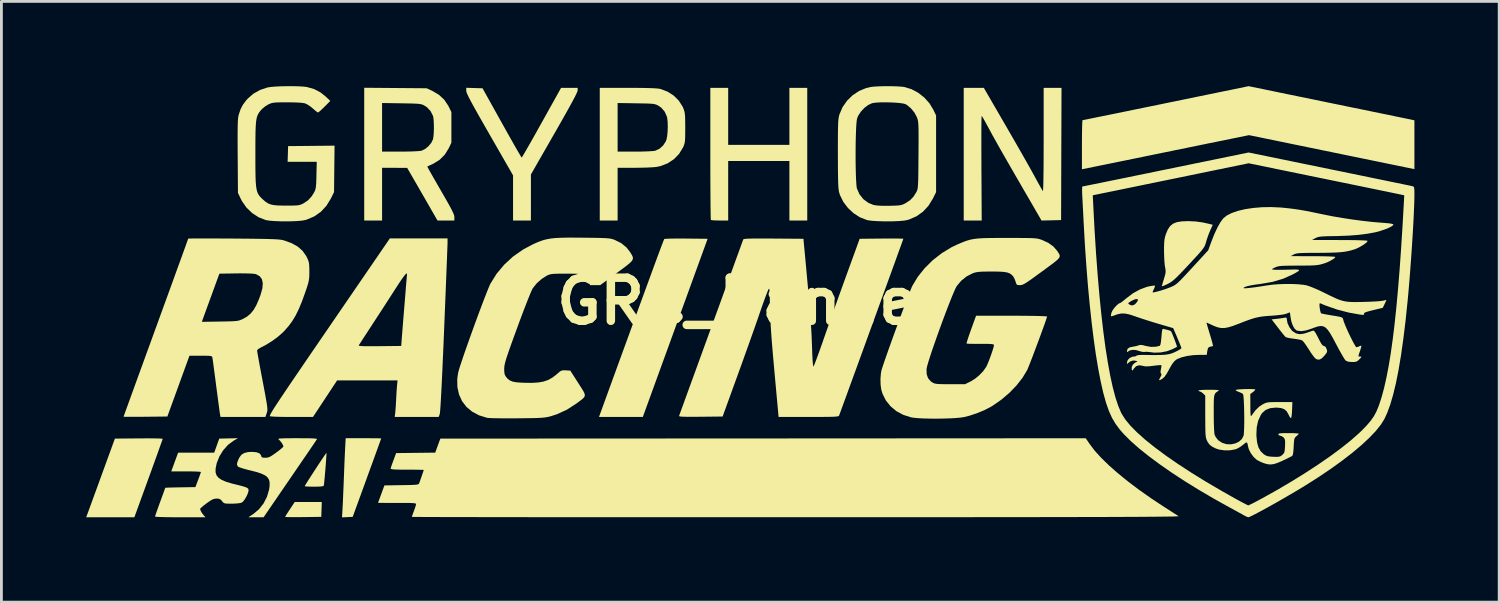
<source format=kicad_pcb>
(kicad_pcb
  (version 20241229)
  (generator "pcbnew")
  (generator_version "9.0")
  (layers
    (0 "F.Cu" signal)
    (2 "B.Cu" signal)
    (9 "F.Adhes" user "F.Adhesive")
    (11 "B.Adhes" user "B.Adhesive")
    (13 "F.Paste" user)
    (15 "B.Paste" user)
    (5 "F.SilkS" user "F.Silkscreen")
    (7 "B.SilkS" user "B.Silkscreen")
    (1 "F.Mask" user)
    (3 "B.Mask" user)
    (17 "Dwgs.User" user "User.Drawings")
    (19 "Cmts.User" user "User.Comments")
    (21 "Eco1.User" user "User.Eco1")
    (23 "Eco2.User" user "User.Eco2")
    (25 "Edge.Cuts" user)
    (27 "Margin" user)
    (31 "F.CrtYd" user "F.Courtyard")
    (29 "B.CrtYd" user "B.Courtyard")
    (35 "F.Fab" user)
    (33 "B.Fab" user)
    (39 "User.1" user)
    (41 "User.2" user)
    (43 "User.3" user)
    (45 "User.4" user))
  (footprint "GRC_Banner"
    (layer "F.Cu")
    (at 23.503 7.613)
    (property "Reference" "GRC_Banner" (at 0 0 0) (layer "F.SilkS") (effects (font (size 1.524 1.524) (thickness 0.3))))
    (attr board_only exclude_from_pos_files exclude_from_bom)
    (fp_poly (pts (xy -15.174 7.366) (xy -15.183 7.629) (xy -15.822 7.637) (xy -16.011 7.639) (xy -16.178 7.639) (xy -16.314 7.638) (xy -16.41 7.635) (xy -16.458 7.631) (xy -16.462 7.629) (xy -16.446 7.599) (xy -16.404 7.53) (xy -16.342 7.434) (xy -16.292 7.358) (xy -16.122 7.102) (xy -15.165 7.102)) (stroke (width 0) (type solid)) (fill yes) (layer "F.SilkS"))
    (fp_poly (pts (xy -0.782 -5.537) (xy 1.384 -5.537) (xy 1.384 -7.554) (xy 2.016 -7.554) (xy 2.016 -2.859) (xy 1.384 -2.859) (xy 1.384 -4.966) (xy -0.782 -4.966) (xy -0.782 -2.859) (xy -1.078 -2.859) (xy -1.206 -2.861) (xy -1.311 -2.866) (xy -1.378 -2.874) (xy -1.394 -2.879) (xy -1.398 -2.912) (xy -1.401 -3) (xy -1.403 -3.139) (xy -1.406 -3.324) (xy -1.408 -3.551) (xy -1.41 -3.815) (xy -1.412 -4.111) (xy -1.413 -4.436) (xy -1.414 -4.783) (xy -1.414 -5.149) (xy -1.414 -5.226) (xy -1.414 -7.554) (xy -0.782 -7.554)) (stroke (width 0) (type solid)) (fill yes) (layer "F.SilkS"))
    (fp_poly (pts (xy -21.225 4.851) (xy -21.056 4.853) (xy -20.923 4.856) (xy -20.834 4.861) (xy -20.796 4.866) (xy -20.795 4.867) (xy -20.805 4.899) (xy -20.834 4.982) (xy -20.88 5.11) (xy -20.94 5.279) (xy -21.012 5.481) (xy -21.096 5.713) (xy -21.188 5.968) (xy -21.287 6.24) (xy -21.297 6.267) (xy -21.798 7.644) (xy -23.503 7.644) (xy -23.428 7.441) (xy -23.402 7.369) (xy -23.357 7.247) (xy -23.297 7.083) (xy -23.225 6.884) (xy -23.142 6.658) (xy -23.052 6.412) (xy -22.958 6.152) (xy -22.92 6.049) (xy -22.487 4.86) (xy -21.641 4.852) (xy -21.423 4.851)) (stroke (width 0) (type solid)) (fill yes) (layer "F.SilkS"))
    (fp_poly (pts (xy -2.265 -2.22) (xy -1.51 -2.212) (xy -2.656 0.94) (xy -3.803 4.093) (xy -5.354 4.093) (xy -5.253 3.815) (xy -4.989 3.089) (xy -4.745 2.418) (xy -4.52 1.801) (xy -4.313 1.235) (xy -4.125 0.719) (xy -3.955 0.252) (xy -3.801 -0.169) (xy -3.663 -0.545) (xy -3.541 -0.878) (xy -3.434 -1.17) (xy -3.342 -1.421) (xy -3.263 -1.634) (xy -3.197 -1.811) (xy -3.144 -1.952) (xy -3.103 -2.061) (xy -3.073 -2.137) (xy -3.054 -2.184) (xy -3.046 -2.203) (xy -3.045 -2.203) (xy -3.01 -2.21) (xy -2.922 -2.215) (xy -2.791 -2.219) (xy -2.625 -2.221) (xy -2.433 -2.221)) (stroke (width 0) (type solid)) (fill yes) (layer "F.SilkS"))
    (fp_poly (pts (xy -14.999 5.396) (xy -15.003 5.476) (xy -15.011 5.593) (xy -15.021 5.737) (xy -15.033 5.895) (xy -15.047 6.056) (xy -15.06 6.21) (xy -15.073 6.345) (xy -15.083 6.449) (xy -15.091 6.512) (xy -15.094 6.523) (xy -15.12 6.541) (xy -15.189 6.553) (xy -15.308 6.559) (xy -15.438 6.561) (xy -15.571 6.559) (xy -15.679 6.555) (xy -15.749 6.549) (xy -15.77 6.543) (xy -15.754 6.514) (xy -15.711 6.443) (xy -15.647 6.34) (xy -15.566 6.214) (xy -15.474 6.072) (xy -15.378 5.924) (xy -15.281 5.777) (xy -15.191 5.641) (xy -15.112 5.523) (xy -15.05 5.432) (xy -15.011 5.377) (xy -14.999 5.365)) (stroke (width 0) (type solid)) (fill yes) (layer "F.SilkS"))
    (fp_poly (pts (xy -13.503 4.846) (xy -13.338 4.847) (xy -13.204 4.848) (xy -13.11 4.85) (xy -13.065 4.852) (xy -13.062 4.853) (xy -13.072 4.882) (xy -13.101 4.962) (xy -13.146 5.087) (xy -13.206 5.253) (xy -13.279 5.454) (xy -13.362 5.684) (xy -13.455 5.937) (xy -13.554 6.21) (xy -13.566 6.245) (xy -14.071 7.629) (xy -14.26 7.638) (xy -14.449 7.647) (xy -14.432 7.367) (xy -14.426 7.258) (xy -14.418 7.101) (xy -14.41 6.907) (xy -14.401 6.691) (xy -14.391 6.462) (xy -14.385 6.305) (xy -14.376 6.071) (xy -14.367 5.836) (xy -14.358 5.614) (xy -14.349 5.417) (xy -14.341 5.258) (xy -14.338 5.184) (xy -14.319 4.845) (xy -13.69 4.845)) (stroke (width 0) (type solid)) (fill yes) (layer "F.SilkS"))
    (fp_poly (pts (xy -9.764 -7.547) (xy -9.476 -7.539) (xy -8.793 -6.313) (xy -8.654 -6.065) (xy -8.524 -5.833) (xy -8.406 -5.624) (xy -8.302 -5.441) (xy -8.215 -5.291) (xy -8.149 -5.179) (xy -8.107 -5.109) (xy -8.091 -5.087) (xy -8.073 -5.112) (xy -8.028 -5.185) (xy -7.961 -5.3) (xy -7.873 -5.453) (xy -7.767 -5.637) (xy -7.648 -5.848) (xy -7.517 -6.082) (xy -7.384 -6.32) (xy -6.696 -7.554) (xy -6.403 -7.554) (xy -6.109 -7.554) (xy -6.109 -7.463) (xy -6.121 -7.421) (xy -6.156 -7.341) (xy -6.216 -7.22) (xy -6.302 -7.058) (xy -6.414 -6.853) (xy -6.555 -6.601) (xy -6.724 -6.302) (xy -6.923 -5.953) (xy -6.937 -5.93) (xy -7.764 -4.487) (xy -7.764 -2.859) (xy -8.396 -2.859) (xy -8.396 -4.457) (xy -9.224 -5.899) (xy -9.41 -6.224) (xy -9.568 -6.501) (xy -9.7 -6.734) (xy -9.807 -6.927) (xy -9.891 -7.083) (xy -9.956 -7.207) (xy -10.002 -7.302) (xy -10.032 -7.372) (xy -10.048 -7.421) (xy -10.052 -7.448) (xy -10.052 -7.556)) (stroke (width 0) (type solid)) (fill yes) (layer "F.SilkS"))
    (fp_poly (pts (xy 14.612 0.974) (xy 14.667 0.99) (xy 14.749 1.008) (xy 14.758 1.01) (xy 14.837 1.032) (xy 14.888 1.06) (xy 14.892 1.064) (xy 14.913 1.104) (xy 14.946 1.182) (xy 14.987 1.282) (xy 15.028 1.389) (xy 15.065 1.49) (xy 15.091 1.567) (xy 15.101 1.608) (xy 15.101 1.611) (xy 15.072 1.627) (xy 15.005 1.662) (xy 14.937 1.696) (xy 14.743 1.768) (xy 14.523 1.81) (xy 14.304 1.817) (xy 14.175 1.802) (xy 14.074 1.789) (xy 13.984 1.788) (xy 13.963 1.791) (xy 13.884 1.791) (xy 13.791 1.768) (xy 13.775 1.762) (xy 13.647 1.725) (xy 13.523 1.719) (xy 13.422 1.743) (xy 13.387 1.765) (xy 13.346 1.798) (xy 13.333 1.784) (xy 13.332 1.754) (xy 13.355 1.68) (xy 13.428 1.631) (xy 13.549 1.605) (xy 13.647 1.588) (xy 13.73 1.564) (xy 13.745 1.558) (xy 13.803 1.543) (xy 13.881 1.55) (xy 13.991 1.579) (xy 14.175 1.613) (xy 14.358 1.608) (xy 14.491 1.576) (xy 14.514 1.536) (xy 14.533 1.438) (xy 14.549 1.283) (xy 14.551 1.26) (xy 14.563 1.118) (xy 14.576 1.028) (xy 14.592 0.982) (xy 14.612 0.974)) (stroke (width 0) (type solid)) (fill yes) (layer "F.SilkS"))
    (fp_poly (pts (xy 15.5 -2.837) (xy 15.762 -2.825) (xy 16.016 -2.79) (xy 16.257 -2.736) (xy 16.367 -2.707) (xy 16.28 -2.515) (xy 16.224 -2.378) (xy 16.168 -2.222) (xy 16.133 -2.108) (xy 16.115 -2.043) (xy 16.095 -1.987) (xy 16.069 -1.933) (xy 16.031 -1.874) (xy 15.978 -1.804) (xy 15.902 -1.716) (xy 15.801 -1.602) (xy 15.667 -1.458) (xy 15.527 -1.307) (xy 15.357 -1.125) (xy 15.221 -0.983) (xy 15.112 -0.872) (xy 15.024 -0.789) (xy 14.951 -0.726) (xy 14.885 -0.679) (xy 14.82 -0.64) (xy 14.773 -0.615) (xy 14.676 -0.569) (xy 14.603 -0.539) (xy 14.567 -0.532) (xy 14.566 -0.534) (xy 14.574 -0.571) (xy 14.597 -0.651) (xy 14.629 -0.759) (xy 14.641 -0.798) (xy 14.678 -0.922) (xy 14.697 -1.012) (xy 14.699 -1.086) (xy 14.688 -1.167) (xy 14.68 -1.204) (xy 14.666 -1.298) (xy 14.655 -1.435) (xy 14.647 -1.596) (xy 14.643 -1.764) (xy 14.643 -1.776) (xy 14.644 -1.953) (xy 14.649 -2.086) (xy 14.66 -2.19) (xy 14.679 -2.281) (xy 14.707 -2.373) (xy 14.709 -2.379) (xy 14.777 -2.541) (xy 14.858 -2.662) (xy 14.961 -2.746) (xy 15.096 -2.8) (xy 15.27 -2.829) (xy 15.494 -2.837)) (stroke (width 0) (type solid)) (fill yes) (layer "F.SilkS"))
    (fp_poly (pts (xy 18.985 0.593) (xy 18.99 0.651) (xy 19.014 0.776) (xy 19.075 0.909) (xy 19.16 1.026) (xy 19.197 1.061) (xy 19.315 1.136) (xy 19.441 1.164) (xy 19.589 1.146) (xy 19.691 1.115) (xy 19.795 1.079) (xy 19.879 1.05) (xy 19.923 1.037) (xy 19.956 1.052) (xy 20.003 1.114) (xy 20.065 1.227) (xy 20.103 1.302) (xy 20.172 1.436) (xy 20.223 1.522) (xy 20.264 1.567) (xy 20.299 1.58) (xy 20.353 1.605) (xy 20.395 1.683) (xy 20.396 1.685) (xy 20.414 1.747) (xy 20.411 1.794) (xy 20.381 1.847) (xy 20.317 1.926) (xy 20.227 2.018) (xy 20.15 2.062) (xy 20.074 2.061) (xy 20.021 2.04) (xy 19.978 2.002) (xy 19.915 1.924) (xy 19.839 1.817) (xy 19.771 1.711) (xy 19.693 1.59) (xy 19.621 1.487) (xy 19.563 1.414) (xy 19.53 1.383) (xy 19.472 1.365) (xy 19.374 1.345) (xy 19.254 1.327) (xy 19.227 1.324) (xy 19.108 1.307) (xy 19.009 1.286) (xy 18.949 1.267) (xy 18.942 1.262) (xy 18.909 1.226) (xy 18.848 1.152) (xy 18.768 1.052) (xy 18.678 0.936) (xy 18.676 0.934) (xy 18.451 0.64) (xy 18.623 0.622) (xy 18.738 0.608) (xy 18.845 0.592) (xy 18.892 0.584) (xy 18.959 0.575)) (stroke (width 0) (type solid)) (fill yes) (layer "F.SilkS"))
    (fp_poly (pts (xy 9.02 -6.252) (xy 9.18 -5.975) (xy 9.341 -5.696) (xy 9.497 -5.424) (xy 9.645 -5.165) (xy 9.78 -4.927) (xy 9.897 -4.719) (xy 9.992 -4.549) (xy 10.052 -4.439) (xy 10.14 -4.278) (xy 10.219 -4.136) (xy 10.284 -4.019) (xy 10.331 -3.937) (xy 10.355 -3.9) (xy 10.356 -3.899) (xy 10.361 -3.923) (xy 10.366 -4.002) (xy 10.37 -4.134) (xy 10.374 -4.314) (xy 10.377 -4.537) (xy 10.38 -4.799) (xy 10.381 -5.097) (xy 10.382 -5.427) (xy 10.383 -5.712) (xy 10.383 -7.554) (xy 11.015 -7.554) (xy 11.007 -5.214) (xy 11 -2.874) (xy 10.307 -2.858) (xy 9.858 -3.634) (xy 9.614 -4.054) (xy 9.399 -4.426) (xy 9.21 -4.754) (xy 9.044 -5.042) (xy 8.9 -5.294) (xy 8.776 -5.513) (xy 8.669 -5.704) (xy 8.576 -5.87) (xy 8.497 -6.015) (xy 8.428 -6.144) (xy 8.423 -6.153) (xy 8.347 -6.293) (xy 8.281 -6.413) (xy 8.229 -6.503) (xy 8.196 -6.553) (xy 8.189 -6.561) (xy 8.186 -6.531) (xy 8.183 -6.447) (xy 8.181 -6.313) (xy 8.179 -6.134) (xy 8.178 -5.915) (xy 8.178 -5.662) (xy 8.178 -5.38) (xy 8.179 -5.073) (xy 8.18 -4.747) (xy 8.18 -4.71) (xy 8.19 -2.859) (xy 7.554 -2.859) (xy 7.554 -7.554) (xy 8.265 -7.554)) (stroke (width 0) (type solid)) (fill yes) (layer "F.SilkS"))
    (fp_poly (pts (xy 18.577 -7.42) (xy 18.784 -7.377) (xy 19.04 -7.324) (xy 19.338 -7.263) (xy 19.668 -7.195) (xy 20.021 -7.123) (xy 20.387 -7.047) (xy 20.759 -6.971) (xy 21.127 -6.895) (xy 21.367 -6.846) (xy 21.697 -6.779) (xy 22.012 -6.714) (xy 22.307 -6.653) (xy 22.577 -6.598) (xy 22.817 -6.548) (xy 23.02 -6.506) (xy 23.182 -6.473) (xy 23.296 -6.449) (xy 23.357 -6.437) (xy 23.361 -6.436) (xy 23.504 -6.405) (xy 23.504 -4.677) (xy 17.651 -5.88) (xy 16.507 -5.647) (xy 16.19 -5.583) (xy 15.831 -5.509) (xy 15.45 -5.431) (xy 15.062 -5.352) (xy 14.687 -5.275) (xy 14.342 -5.205) (xy 14.19 -5.173) (xy 13.899 -5.114) (xy 13.599 -5.052) (xy 13.3 -4.991) (xy 13.015 -4.933) (xy 12.755 -4.88) (xy 12.532 -4.834) (xy 12.376 -4.803) (xy 11.737 -4.673) (xy 11.737 -5.542) (xy 11.738 -5.763) (xy 11.74 -5.964) (xy 11.743 -6.137) (xy 11.747 -6.273) (xy 11.752 -6.366) (xy 11.758 -6.408) (xy 11.76 -6.41) (xy 11.792 -6.416) (xy 11.879 -6.433) (xy 12.016 -6.461) (xy 12.201 -6.499) (xy 12.429 -6.545) (xy 12.696 -6.599) (xy 12.998 -6.661) (xy 13.33 -6.729) (xy 13.69 -6.803) (xy 14.073 -6.881) (xy 14.474 -6.963) (xy 14.71 -7.012) (xy 17.637 -7.613)) (stroke (width 0) (type solid)) (fill yes) (layer "F.SilkS"))
    (fp_poly (pts (xy -15.798 4.847) (xy -15.619 4.848) (xy -15.489 4.852) (xy -15.402 4.858) (xy -15.353 4.866) (xy -15.336 4.877) (xy -15.337 4.883) (xy -15.358 4.914) (xy -15.409 4.99) (xy -15.488 5.107) (xy -15.592 5.259) (xy -15.717 5.443) (xy -15.861 5.652) (xy -16.019 5.884) (xy -16.189 6.132) (xy -16.292 6.282) (xy -17.225 7.644) (xy -17.763 7.644) (xy -17.58 7.522) (xy -17.386 7.358) (xy -17.225 7.152) (xy -17.103 6.915) (xy -17.029 6.661) (xy -17.012 6.541) (xy -17.01 6.417) (xy -17.032 6.315) (xy -17.085 6.231) (xy -17.173 6.16) (xy -17.303 6.098) (xy -17.48 6.04) (xy -17.712 5.981) (xy -17.734 5.976) (xy -17.876 5.94) (xy -17.999 5.903) (xy -18.09 5.871) (xy -18.134 5.847) (xy -18.165 5.787) (xy -18.156 5.702) (xy -18.109 5.583) (xy -18.077 5.522) (xy -18.005 5.428) (xy -17.907 5.368) (xy -17.771 5.336) (xy -17.636 5.329) (xy -17.481 5.341) (xy -17.374 5.38) (xy -17.317 5.444) (xy -17.31 5.47) (xy -17.296 5.512) (xy -17.257 5.532) (xy -17.178 5.537) (xy -17.165 5.537) (xy -17.096 5.533) (xy -17.032 5.516) (xy -16.959 5.479) (xy -16.862 5.415) (xy -16.775 5.353) (xy -16.67 5.274) (xy -16.587 5.205) (xy -16.534 5.154) (xy -16.522 5.135) (xy -16.542 5.079) (xy -16.589 5.003) (xy -16.649 4.929) (xy -16.69 4.891) (xy -16.703 4.877) (xy -16.695 4.866) (xy -16.661 4.859) (xy -16.595 4.853) (xy -16.49 4.849) (xy -16.34 4.847) (xy -16.139 4.846) (xy -16.031 4.846)) (stroke (width 0) (type solid)) (fill yes) (layer "F.SilkS"))
    (fp_poly (pts (xy -4.326 -7.553) (xy -4.024 -7.553) (xy -3.776 -7.55) (xy -3.577 -7.546) (xy -3.422 -7.54) (xy -3.304 -7.532) (xy -3.219 -7.522) (xy -3.17 -7.512) (xy -2.927 -7.419) (xy -2.711 -7.281) (xy -2.533 -7.104) (xy -2.399 -6.897) (xy -2.369 -6.832) (xy -2.345 -6.765) (xy -2.327 -6.7) (xy -2.315 -6.624) (xy -2.307 -6.526) (xy -2.304 -6.395) (xy -2.302 -6.219) (xy -2.302 -6.139) (xy -2.303 -5.948) (xy -2.305 -5.806) (xy -2.31 -5.701) (xy -2.319 -5.623) (xy -2.334 -5.561) (xy -2.355 -5.502) (xy -2.383 -5.441) (xy -2.52 -5.217) (xy -2.701 -5.03) (xy -2.92 -4.885) (xy -3.17 -4.788) (xy -3.311 -4.757) (xy -3.404 -4.747) (xy -3.543 -4.738) (xy -3.715 -4.731) (xy -3.908 -4.727) (xy -4.1 -4.725) (xy -4.695 -4.725) (xy -4.695 -2.859) (xy -5.327 -2.859) (xy -5.327 -7.017) (xy -4.695 -7.017) (xy -4.695 -5.297) (xy -4.085 -5.297) (xy -3.891 -5.298) (xy -3.71 -5.303) (xy -3.554 -5.31) (xy -3.436 -5.318) (xy -3.365 -5.328) (xy -3.361 -5.329) (xy -3.214 -5.398) (xy -3.086 -5.512) (xy -2.992 -5.655) (xy -2.965 -5.727) (xy -2.941 -5.846) (xy -2.926 -6.002) (xy -2.92 -6.173) (xy -2.924 -6.338) (xy -2.938 -6.477) (xy -2.95 -6.534) (xy -3.029 -6.712) (xy -3.154 -6.855) (xy -3.251 -6.922) (xy -3.298 -6.947) (xy -3.343 -6.965) (xy -3.396 -6.979) (xy -3.466 -6.989) (xy -3.562 -6.996) (xy -3.693 -7.001) (xy -3.867 -7.004) (xy -4.04 -7.007) (xy -4.695 -7.017) (xy -5.327 -7.017) (xy -5.327 -7.554)) (stroke (width 0) (type solid)) (fill yes) (layer "F.SilkS"))
    (fp_poly (pts (xy -12.557 -7.548) (xy -11.451 -7.539) (xy -11.25 -7.444) (xy -11.016 -7.305) (xy -10.83 -7.132) (xy -10.689 -6.922) (xy -10.676 -6.896) (xy -10.578 -6.697) (xy -10.578 -5.613) (xy -10.671 -5.417) (xy -10.81 -5.192) (xy -10.991 -5.01) (xy -11.212 -4.872) (xy -11.225 -4.866) (xy -11.322 -4.821) (xy -11.395 -4.786) (xy -11.43 -4.769) (xy -11.43 -4.768) (xy -11.418 -4.742) (xy -11.379 -4.669) (xy -11.316 -4.557) (xy -11.234 -4.412) (xy -11.135 -4.24) (xy -11.024 -4.046) (xy -10.956 -3.929) (xy -10.818 -3.69) (xy -10.708 -3.497) (xy -10.623 -3.344) (xy -10.561 -3.225) (xy -10.517 -3.134) (xy -10.49 -3.066) (xy -10.476 -3.014) (xy -10.473 -2.978) (xy -10.473 -2.859) (xy -11.07 -2.859) (xy -11.606 -3.791) (xy -12.143 -4.722) (xy -13.031 -4.725) (xy -13.031 -2.859) (xy -13.663 -2.859) (xy -13.663 -7.017) (xy -13.031 -7.017) (xy -13.031 -5.297) (xy -12.392 -5.297) (xy -12.172 -5.299) (xy -11.977 -5.303) (xy -11.815 -5.311) (xy -11.696 -5.32) (xy -11.632 -5.33) (xy -11.51 -5.389) (xy -11.391 -5.486) (xy -11.292 -5.605) (xy -11.231 -5.727) (xy -11.229 -5.733) (xy -11.212 -5.832) (xy -11.201 -5.968) (xy -11.197 -6.124) (xy -11.199 -6.283) (xy -11.207 -6.425) (xy -11.221 -6.533) (xy -11.23 -6.564) (xy -11.316 -6.733) (xy -11.445 -6.87) (xy -11.536 -6.929) (xy -11.58 -6.951) (xy -11.626 -6.968) (xy -11.683 -6.98) (xy -11.76 -6.99) (xy -11.865 -6.996) (xy -12.007 -7.001) (xy -12.194 -7.004) (xy -12.346 -7.007) (xy -13.031 -7.017) (xy -13.663 -7.017) (xy -13.663 -7.557)) (stroke (width 0) (type solid)) (fill yes) (layer "F.SilkS"))
    (fp_poly (pts (xy -18.285 4.933) (xy -18.481 5.078) (xy -18.651 5.268) (xy -18.788 5.489) (xy -18.883 5.727) (xy -18.923 5.922) (xy -18.924 6.049) (xy -18.892 6.154) (xy -18.823 6.243) (xy -18.71 6.32) (xy -18.55 6.388) (xy -18.336 6.452) (xy -18.252 6.472) (xy -18.071 6.517) (xy -17.939 6.553) (xy -17.85 6.582) (xy -17.796 6.609) (xy -17.767 6.637) (xy -17.757 6.67) (xy -17.756 6.692) (xy -17.773 6.774) (xy -17.816 6.878) (xy -17.875 6.984) (xy -17.938 7.073) (xy -17.995 7.124) (xy -17.997 7.124) (xy -18.063 7.142) (xy -18.173 7.155) (xy -18.308 7.162) (xy -18.349 7.162) (xy -18.48 7.162) (xy -18.565 7.157) (xy -18.618 7.144) (xy -18.654 7.12) (xy -18.687 7.081) (xy -18.694 7.072) (xy -18.75 7.012) (xy -18.816 6.986) (xy -18.886 6.982) (xy -18.956 6.988) (xy -19.025 7.01) (xy -19.108 7.056) (xy -19.218 7.132) (xy -19.242 7.15) (xy -19.341 7.225) (xy -19.419 7.29) (xy -19.464 7.335) (xy -19.471 7.347) (xy -19.452 7.412) (xy -19.404 7.497) (xy -19.342 7.576) (xy -19.28 7.644) (xy -20.173 7.644) (xy -20.398 7.643) (xy -20.602 7.641) (xy -20.778 7.637) (xy -20.919 7.633) (xy -21.016 7.627) (xy -21.063 7.621) (xy -21.066 7.619) (xy -21.056 7.584) (xy -21.029 7.502) (xy -20.987 7.383) (xy -20.935 7.237) (xy -20.886 7.102) (xy -20.827 6.942) (xy -20.776 6.802) (xy -20.737 6.693) (xy -20.712 6.623) (xy -20.705 6.601) (xy -20.677 6.598) (xy -20.598 6.594) (xy -20.477 6.59) (xy -20.326 6.587) (xy -20.172 6.584) (xy -19.638 6.576) (xy -19.541 6.32) (xy -19.498 6.205) (xy -19.465 6.111) (xy -19.445 6.053) (xy -19.443 6.042) (xy -19.471 6.034) (xy -19.549 6.028) (xy -19.669 6.023) (xy -19.82 6.02) (xy -19.967 6.019) (xy -20.492 6.019) (xy -20.417 5.816) (xy -20.372 5.691) (xy -20.327 5.569) (xy -20.296 5.485) (xy -20.249 5.357) (xy -18.972 5.357) (xy -18.883 5.109) (xy -18.794 4.86) (xy -18.132 4.845)) (stroke (width 0) (type solid)) (fill yes) (layer "F.SilkS"))
    (fp_poly (pts (xy -10.714 -2.084) (xy -10.715 -2.034) (xy -10.719 -1.928) (xy -10.725 -1.771) (xy -10.732 -1.567) (xy -10.742 -1.32) (xy -10.753 -1.034) (xy -10.766 -0.715) (xy -10.78 -0.366) (xy -10.795 0.008) (xy -10.811 0.404) (xy -10.828 0.815) (xy -10.834 0.976) (xy -10.857 1.525) (xy -10.879 2.021) (xy -10.899 2.464) (xy -10.917 2.852) (xy -10.934 3.185) (xy -10.949 3.463) (xy -10.962 3.683) (xy -10.974 3.846) (xy -10.983 3.95) (xy -10.991 3.993) (xy -11.027 4.093) (xy -12.585 4.093) (xy -12.569 3.98) (xy -12.561 3.905) (xy -12.552 3.787) (xy -12.542 3.642) (xy -12.535 3.506) (xy -12.527 3.344) (xy -12.517 3.185) (xy -12.507 3.05) (xy -12.501 2.972) (xy -12.483 2.799) (xy -14.622 2.799) (xy -15.476 4.093) (xy -16.24 4.093) (xy -16.47 4.092) (xy -16.666 4.089) (xy -16.823 4.084) (xy -16.934 4.077) (xy -16.994 4.07) (xy -17.004 4.065) (xy -17.001 4.047) (xy -16.992 4.022) (xy -16.976 3.987) (xy -16.949 3.939) (xy -16.911 3.875) (xy -16.861 3.793) (xy -16.795 3.691) (xy -16.713 3.566) (xy -16.613 3.415) (xy -16.492 3.236) (xy -16.351 3.026) (xy -16.185 2.782) (xy -15.995 2.503) (xy -15.778 2.185) (xy -15.533 1.826) (xy -15.349 1.558) (xy -13.856 1.558) (xy -13.852 1.57) (xy -13.82 1.579) (xy -13.756 1.585) (xy -13.652 1.589) (xy -13.504 1.59) (xy -13.306 1.59) (xy -13.116 1.588) (xy -12.354 1.58) (xy -12.332 1.294) (xy -12.319 1.127) (xy -12.303 0.931) (xy -12.286 0.713) (xy -12.267 0.481) (xy -12.248 0.243) (xy -12.228 0.007) (xy -12.21 -0.22) (xy -12.193 -0.429) (xy -12.178 -0.612) (xy -12.165 -0.761) (xy -12.156 -0.869) (xy -12.15 -0.928) (xy -12.15 -0.936) (xy -12.15 -0.979) (xy -12.169 -0.984) (xy -12.208 -0.949) (xy -12.27 -0.872) (xy -12.357 -0.749) (xy -12.47 -0.579) (xy -12.576 -0.416) (xy -12.704 -0.216) (xy -12.854 0.016) (xy -13.016 0.267) (xy -13.179 0.517) (xy -13.332 0.752) (xy -13.391 0.843) (xy -13.509 1.024) (xy -13.617 1.19) (xy -13.711 1.333) (xy -13.784 1.447) (xy -13.834 1.524) (xy -13.856 1.558) (xy -15.349 1.558) (xy -15.257 1.423) (xy -14.949 0.974) (xy -14.852 0.832) (xy -12.755 -2.227) (xy -10.714 -2.227)) (stroke (width 0) (type solid)) (fill yes) (layer "F.SilkS"))
    (fp_poly (pts (xy 12.004 5.042) (xy 12.182 5.278) (xy 12.412 5.533) (xy 12.69 5.804) (xy 13.011 6.087) (xy 13.371 6.379) (xy 13.766 6.677) (xy 14.191 6.976) (xy 14.579 7.233) (xy 14.74 7.336) (xy 14.886 7.43) (xy 15.009 7.51) (xy 15.101 7.568) (xy 15.152 7.601) (xy 15.157 7.605) (xy 15.149 7.608) (xy 15.115 7.61) (xy 15.054 7.613) (xy 14.963 7.616) (xy 14.843 7.618) (xy 14.691 7.62) (xy 14.506 7.622) (xy 14.287 7.624) (xy 14.034 7.626) (xy 13.743 7.628) (xy 13.415 7.63) (xy 13.048 7.631) (xy 12.64 7.633) (xy 12.19 7.634) (xy 11.698 7.635) (xy 11.161 7.636) (xy 10.579 7.637) (xy 9.949 7.638) (xy 9.272 7.639) (xy 8.545 7.639) (xy 7.767 7.64) (xy 6.938 7.641) (xy 6.055 7.641) (xy 5.117 7.641) (xy 4.123 7.642) (xy 3.073 7.642) (xy 1.963 7.642) (xy 1.618 7.642) (xy 0.716 7.642) (xy -0.17 7.642) (xy -1.039 7.642) (xy -1.889 7.642) (xy -2.718 7.642) (xy -3.524 7.642) (xy -4.305 7.642) (xy -5.059 7.641) (xy -5.786 7.641) (xy -6.481 7.641) (xy -7.145 7.64) (xy -7.774 7.64) (xy -8.367 7.639) (xy -8.922 7.638) (xy -9.437 7.638) (xy -9.91 7.637) (xy -10.34 7.636) (xy -10.723 7.636) (xy -11.06 7.635) (xy -11.347 7.634) (xy -11.583 7.633) (xy -11.765 7.632) (xy -11.893 7.631) (xy -11.963 7.63) (xy -11.978 7.63) (xy -11.968 7.596) (xy -11.942 7.523) (xy -11.905 7.423) (xy -11.902 7.415) (xy -11.865 7.31) (xy -11.838 7.224) (xy -11.827 7.175) (xy -11.827 7.175) (xy -11.838 7.16) (xy -11.873 7.15) (xy -11.941 7.142) (xy -12.048 7.137) (xy -12.2 7.135) (xy -12.406 7.135) (xy -12.422 7.135) (xy -12.61 7.135) (xy -12.782 7.135) (xy -12.927 7.135) (xy -13.034 7.134) (xy -13.093 7.134) (xy -13.095 7.134) (xy -13.174 7.132) (xy -13.061 6.824) (xy -12.948 6.516) (xy -12.345 6.507) (xy -12.139 6.504) (xy -11.984 6.5) (xy -11.874 6.495) (xy -11.801 6.487) (xy -11.756 6.477) (xy -11.732 6.463) (xy -11.722 6.447) (xy -11.701 6.393) (xy -11.671 6.307) (xy -11.635 6.206) (xy -11.601 6.106) (xy -11.573 6.023) (xy -11.558 5.975) (xy -11.556 5.969) (xy -11.585 5.966) (xy -11.665 5.963) (xy -11.786 5.961) (xy -11.941 5.959) (xy -12.119 5.959) (xy -12.143 5.959) (xy -12.355 5.958) (xy -12.513 5.955) (xy -12.623 5.95) (xy -12.691 5.941) (xy -12.723 5.93) (xy -12.728 5.921) (xy -12.717 5.878) (xy -12.689 5.793) (xy -12.649 5.682) (xy -12.629 5.628) (xy -12.533 5.372) (xy -11.15 5.356) (xy -11.06 5.108) (xy -10.969 4.86) (xy 0.452 4.854) (xy 11.872 4.847)) (stroke (width 0) (type solid)) (fill yes) (layer "F.SilkS"))
    (fp_poly (pts (xy -16.181 -7.613) (xy -15.984 -7.608) (xy -15.816 -7.598) (xy -15.7 -7.585) (xy -15.438 -7.512) (xy -15.198 -7.384) (xy -15.031 -7.249) (xy -14.864 -7.091) (xy -15.068 -6.886) (xy -15.158 -6.798) (xy -15.234 -6.729) (xy -15.285 -6.688) (xy -15.298 -6.681) (xy -15.332 -6.7) (xy -15.396 -6.75) (xy -15.477 -6.82) (xy -15.483 -6.826) (xy -15.582 -6.905) (xy -15.685 -6.971) (xy -15.761 -7.006) (xy -15.843 -7.02) (xy -15.975 -7.032) (xy -16.149 -7.039) (xy -16.355 -7.042) (xy -16.39 -7.042) (xy -16.58 -7.041) (xy -16.72 -7.039) (xy -16.823 -7.033) (xy -16.9 -7.023) (xy -16.962 -7.007) (xy -17.021 -6.984) (xy -17.05 -6.971) (xy -17.163 -6.903) (xy -17.273 -6.812) (xy -17.314 -6.769) (xy -17.362 -6.711) (xy -17.402 -6.654) (xy -17.434 -6.593) (xy -17.46 -6.521) (xy -17.479 -6.432) (xy -17.494 -6.32) (xy -17.503 -6.179) (xy -17.51 -6.002) (xy -17.513 -5.784) (xy -17.515 -5.517) (xy -17.515 -5.202) (xy -17.515 -4.881) (xy -17.513 -4.615) (xy -17.509 -4.396) (xy -17.502 -4.218) (xy -17.49 -4.076) (xy -17.473 -3.964) (xy -17.45 -3.875) (xy -17.419 -3.802) (xy -17.38 -3.74) (xy -17.331 -3.683) (xy -17.271 -3.624) (xy -17.249 -3.604) (xy -17.161 -3.527) (xy -17.076 -3.47) (xy -16.984 -3.431) (xy -16.873 -3.406) (xy -16.731 -3.392) (xy -16.547 -3.387) (xy -16.417 -3.386) (xy -16.241 -3.387) (xy -16.113 -3.39) (xy -16.021 -3.396) (xy -15.952 -3.408) (xy -15.894 -3.427) (xy -15.834 -3.455) (xy -15.811 -3.467) (xy -15.65 -3.575) (xy -15.52 -3.718) (xy -15.43 -3.864) (xy -15.404 -3.918) (xy -15.386 -3.977) (xy -15.373 -4.052) (xy -15.364 -4.155) (xy -15.358 -4.297) (xy -15.354 -4.462) (xy -15.343 -4.936) (xy -16.374 -4.936) (xy -16.365 -5.214) (xy -16.357 -5.492) (xy -15.535 -5.5) (xy -14.713 -5.508) (xy -14.722 -4.686) (xy -14.731 -3.864) (xy -14.847 -3.63) (xy -15.003 -3.377) (xy -15.198 -3.168) (xy -15.428 -3.006) (xy -15.69 -2.894) (xy -15.756 -2.875) (xy -15.869 -2.855) (xy -16.028 -2.841) (xy -16.217 -2.832) (xy -16.423 -2.829) (xy -16.631 -2.831) (xy -16.826 -2.839) (xy -16.994 -2.851) (xy -17.122 -2.87) (xy -17.151 -2.877) (xy -17.401 -2.974) (xy -17.63 -3.123) (xy -17.83 -3.316) (xy -17.99 -3.545) (xy -18.035 -3.633) (xy -18.132 -3.837) (xy -18.141 -5.142) (xy -18.143 -5.464) (xy -18.144 -5.732) (xy -18.143 -5.951) (xy -18.142 -6.128) (xy -18.139 -6.268) (xy -18.134 -6.378) (xy -18.128 -6.463) (xy -18.12 -6.529) (xy -18.109 -6.583) (xy -18.1 -6.616) (xy -18.037 -6.801) (xy -17.958 -6.953) (xy -17.85 -7.099) (xy -17.789 -7.169) (xy -17.59 -7.344) (xy -17.353 -7.478) (xy -17.091 -7.566) (xy -17.072 -7.57) (xy -16.955 -7.587) (xy -16.792 -7.6) (xy -16.599 -7.609) (xy -16.39 -7.613)) (stroke (width 0) (type solid)) (fill yes) (layer "F.SilkS"))
    (fp_poly (pts (xy 5.118 -7.609) (xy 5.286 -7.601) (xy 5.415 -7.589) (xy 5.451 -7.584) (xy 5.703 -7.508) (xy 5.943 -7.38) (xy 6.16 -7.209) (xy 6.344 -7.003) (xy 6.483 -6.771) (xy 6.576 -6.576) (xy 6.576 -3.864) (xy 6.463 -3.636) (xy 6.306 -3.381) (xy 6.111 -3.171) (xy 5.882 -3.008) (xy 5.621 -2.895) (xy 5.551 -2.875) (xy 5.439 -2.855) (xy 5.28 -2.841) (xy 5.091 -2.832) (xy 4.884 -2.829) (xy 4.674 -2.831) (xy 4.475 -2.838) (xy 4.302 -2.85) (xy 4.168 -2.867) (xy 4.124 -2.877) (xy 3.881 -2.972) (xy 3.656 -3.117) (xy 3.457 -3.302) (xy 3.293 -3.518) (xy 3.176 -3.755) (xy 3.142 -3.863) (xy 3.131 -3.919) (xy 3.122 -4) (xy 3.114 -4.111) (xy 3.109 -4.258) (xy 3.105 -4.444) (xy 3.102 -4.676) (xy 3.101 -4.959) (xy 3.1 -5.159) (xy 3.727 -5.159) (xy 3.728 -4.91) (xy 3.732 -4.673) (xy 3.738 -4.456) (xy 3.746 -4.269) (xy 3.756 -4.12) (xy 3.768 -4.018) (xy 3.775 -3.989) (xy 3.867 -3.783) (xy 4.004 -3.612) (xy 4.18 -3.483) (xy 4.357 -3.411) (xy 4.473 -3.391) (xy 4.643 -3.38) (xy 4.868 -3.379) (xy 4.921 -3.38) (xy 5.09 -3.384) (xy 5.213 -3.39) (xy 5.302 -3.4) (xy 5.37 -3.415) (xy 5.431 -3.439) (xy 5.497 -3.473) (xy 5.502 -3.476) (xy 5.655 -3.577) (xy 5.774 -3.7) (xy 5.877 -3.864) (xy 5.894 -3.897) (xy 5.908 -3.931) (xy 5.919 -3.973) (xy 5.928 -4.029) (xy 5.934 -4.105) (xy 5.94 -4.207) (xy 5.944 -4.341) (xy 5.947 -4.513) (xy 5.949 -4.73) (xy 5.951 -4.998) (xy 5.953 -5.164) (xy 5.955 -5.462) (xy 5.956 -5.707) (xy 5.956 -5.904) (xy 5.955 -6.06) (xy 5.952 -6.181) (xy 5.947 -6.274) (xy 5.941 -6.345) (xy 5.931 -6.401) (xy 5.92 -6.448) (xy 5.905 -6.492) (xy 5.899 -6.509) (xy 5.812 -6.674) (xy 5.688 -6.827) (xy 5.544 -6.947) (xy 5.501 -6.973) (xy 5.427 -6.996) (xy 5.307 -7.015) (xy 5.153 -7.029) (xy 4.978 -7.038) (xy 4.798 -7.042) (xy 4.623 -7.041) (xy 4.469 -7.033) (xy 4.348 -7.018) (xy 4.307 -7.009) (xy 4.172 -6.947) (xy 4.035 -6.842) (xy 3.912 -6.71) (xy 3.819 -6.566) (xy 3.78 -6.47) (xy 3.766 -6.391) (xy 3.754 -6.261) (xy 3.744 -6.089) (xy 3.737 -5.884) (xy 3.731 -5.655) (xy 3.728 -5.41) (xy 3.727 -5.159) (xy 3.1 -5.159) (xy 3.1 -5.226) (xy 3.1 -5.532) (xy 3.101 -5.784) (xy 3.102 -5.988) (xy 3.105 -6.151) (xy 3.109 -6.28) (xy 3.115 -6.38) (xy 3.122 -6.458) (xy 3.132 -6.52) (xy 3.144 -6.574) (xy 3.157 -6.618) (xy 3.266 -6.871) (xy 3.423 -7.097) (xy 3.62 -7.29) (xy 3.849 -7.443) (xy 4.101 -7.547) (xy 4.262 -7.585) (xy 4.382 -7.598) (xy 4.544 -7.607) (xy 4.731 -7.612) (xy 4.928 -7.613)) (stroke (width 0) (type solid)) (fill yes) (layer "F.SilkS"))
    (fp_poly (pts (xy -5.951 -2.251) (xy -5.682 -2.248) (xy -5.465 -2.245) (xy -5.294 -2.241) (xy -5.161 -2.237) (xy -5.059 -2.23) (xy -4.98 -2.222) (xy -4.918 -2.211) (xy -4.866 -2.196) (xy -4.814 -2.179) (xy -4.806 -2.176) (xy -4.571 -2.06) (xy -4.382 -1.907) (xy -4.256 -1.745) (xy -4.205 -1.663) (xy -4.169 -1.596) (xy -4.153 -1.539) (xy -4.159 -1.485) (xy -4.192 -1.427) (xy -4.256 -1.361) (xy -4.355 -1.278) (xy -4.493 -1.173) (xy -4.674 -1.04) (xy -4.724 -1.003) (xy -5.311 -0.572) (xy -5.673 -0.572) (xy -5.718 -0.713) (xy -5.749 -0.798) (xy -5.784 -0.863) (xy -5.832 -0.91) (xy -5.901 -0.942) (xy -5.999 -0.962) (xy -6.134 -0.973) (xy -6.315 -0.977) (xy -6.495 -0.978) (xy -6.695 -0.978) (xy -6.844 -0.976) (xy -6.954 -0.971) (xy -7.035 -0.963) (xy -7.096 -0.95) (xy -7.149 -0.932) (xy -7.198 -0.909) (xy -7.384 -0.791) (xy -7.559 -0.635) (xy -7.698 -0.461) (xy -7.7 -0.459) (xy -7.729 -0.4) (xy -7.777 -0.292) (xy -7.839 -0.14) (xy -7.914 0.049) (xy -7.999 0.267) (xy -8.091 0.51) (xy -8.188 0.769) (xy -8.248 0.934) (xy -8.359 1.237) (xy -8.451 1.491) (xy -8.525 1.699) (xy -8.583 1.868) (xy -8.628 2.003) (xy -8.661 2.111) (xy -8.683 2.197) (xy -8.698 2.266) (xy -8.705 2.324) (xy -8.708 2.378) (xy -8.709 2.383) (xy -8.706 2.505) (xy -8.692 2.589) (xy -8.66 2.653) (xy -8.649 2.668) (xy -8.583 2.746) (xy -8.51 2.801) (xy -8.418 2.84) (xy -8.297 2.864) (xy -8.135 2.878) (xy -7.993 2.884) (xy -7.724 2.887) (xy -7.503 2.873) (xy -7.318 2.841) (xy -7.158 2.786) (xy -7.01 2.705) (xy -6.865 2.595) (xy -6.806 2.544) (xy -6.729 2.479) (xy -6.666 2.449) (xy -6.589 2.441) (xy -6.527 2.444) (xy -6.37 2.453) (xy -6.091 2.889) (xy -5.986 3.052) (xy -5.911 3.172) (xy -5.867 3.261) (xy -5.854 3.33) (xy -5.874 3.387) (xy -5.927 3.446) (xy -6.014 3.515) (xy -6.137 3.606) (xy -6.148 3.614) (xy -6.485 3.833) (xy -6.842 3.997) (xy -7.061 4.068) (xy -7.133 4.086) (xy -7.204 4.101) (xy -7.282 4.112) (xy -7.375 4.121) (xy -7.492 4.128) (xy -7.64 4.133) (xy -7.827 4.136) (xy -8.06 4.139) (xy -8.246 4.141) (xy -8.485 4.142) (xy -8.71 4.142) (xy -8.911 4.14) (xy -9.082 4.137) (xy -9.213 4.132) (xy -9.296 4.126) (xy -9.314 4.124) (xy -9.599 4.036) (xy -9.843 3.906) (xy -10.045 3.737) (xy -10.201 3.533) (xy -10.308 3.298) (xy -10.366 3.035) (xy -10.371 2.748) (xy -10.34 2.532) (xy -10.318 2.448) (xy -10.278 2.315) (xy -10.22 2.141) (xy -10.15 1.932) (xy -10.068 1.696) (xy -9.977 1.439) (xy -9.881 1.17) (xy -9.782 0.895) (xy -9.682 0.622) (xy -9.584 0.357) (xy -9.49 0.108) (xy -9.404 -0.117) (xy -9.328 -0.312) (xy -9.264 -0.47) (xy -9.216 -0.583) (xy -9.195 -0.626) (xy -8.976 -0.977) (xy -8.707 -1.298) (xy -8.394 -1.585) (xy -8.042 -1.831) (xy -7.723 -2.002) (xy -7.577 -2.069) (xy -7.446 -2.123) (xy -7.32 -2.166) (xy -7.192 -2.198) (xy -7.052 -2.222) (xy -6.894 -2.239) (xy -6.707 -2.248) (xy -6.484 -2.253) (xy -6.217 -2.253)) (stroke (width 0) (type solid)) (fill yes) (layer "F.SilkS"))
    (fp_poly (pts (xy 0.604 -2.221) (xy 0.823 -2.22) (xy 1.881 -2.212) (xy 1.977 -1.189) (xy 2.017 -0.747) (xy 2.053 -0.359) (xy 2.082 -0.017) (xy 2.108 0.286) (xy 2.128 0.556) (xy 2.146 0.8) (xy 2.159 1.025) (xy 2.171 1.239) (xy 2.179 1.447) (xy 2.187 1.656) (xy 2.187 1.664) (xy 2.194 1.873) (xy 2.203 2.049) (xy 2.213 2.184) (xy 2.223 2.273) (xy 2.233 2.309) (xy 2.235 2.31) (xy 2.251 2.28) (xy 2.284 2.2) (xy 2.332 2.076) (xy 2.391 1.916) (xy 2.46 1.725) (xy 2.536 1.511) (xy 2.591 1.353) (xy 2.676 1.111) (xy 2.776 0.826) (xy 2.889 0.508) (xy 3.008 0.171) (xy 3.131 -0.172) (xy 3.253 -0.509) (xy 3.368 -0.829) (xy 3.395 -0.903) (xy 3.871 -2.212) (xy 4.644 -2.22) (xy 4.853 -2.222) (xy 5.04 -2.222) (xy 5.198 -2.221) (xy 5.319 -2.219) (xy 5.394 -2.216) (xy 5.417 -2.213) (xy 5.407 -2.184) (xy 5.378 -2.102) (xy 5.332 -1.973) (xy 5.269 -1.801) (xy 5.193 -1.59) (xy 5.104 -1.344) (xy 5.004 -1.068) (xy 4.894 -0.767) (xy 4.777 -0.444) (xy 4.654 -0.104) (xy 4.526 0.248) (xy 4.395 0.609) (xy 4.262 0.973) (xy 4.13 1.337) (xy 4 1.695) (xy 3.873 2.044) (xy 3.751 2.379) (xy 3.635 2.696) (xy 3.528 2.99) (xy 3.431 3.257) (xy 3.345 3.492) (xy 3.272 3.691) (xy 3.214 3.851) (xy 3.172 3.965) (xy 3.148 4.03) (xy 3.144 4.04) (xy 3.135 4.054) (xy 3.116 4.065) (xy 3.081 4.074) (xy 3.024 4.081) (xy 2.94 4.086) (xy 2.822 4.089) (xy 2.664 4.091) (xy 2.461 4.092) (xy 2.206 4.093) (xy 2.063 4.093) (xy 1.002 4.093) (xy 0.968 3.724) (xy 0.927 3.277) (xy 0.891 2.885) (xy 0.86 2.544) (xy 0.833 2.247) (xy 0.81 1.99) (xy 0.791 1.769) (xy 0.775 1.577) (xy 0.761 1.411) (xy 0.75 1.265) (xy 0.741 1.135) (xy 0.733 1.015) (xy 0.725 0.9) (xy 0.723 0.862) (xy 0.712 0.65) (xy 0.703 0.424) (xy 0.696 0.205) (xy 0.693 0.013) (xy 0.692 -0.066) (xy 0.69 -0.241) (xy 0.684 -0.359) (xy 0.674 -0.426) (xy 0.659 -0.445) (xy 0.658 -0.445) (xy 0.64 -0.415) (xy 0.606 -0.335) (xy 0.558 -0.212) (xy 0.499 -0.054) (xy 0.432 0.133) (xy 0.36 0.34) (xy 0.342 0.392) (xy 0.272 0.596) (xy 0.185 0.845) (xy 0.084 1.131) (xy -0.026 1.442) (xy -0.143 1.768) (xy -0.261 2.099) (xy -0.379 2.425) (xy -0.46 2.648) (xy -0.979 4.078) (xy -1.757 4.086) (xy -2.001 4.088) (xy -2.191 4.088) (xy -2.332 4.086) (xy -2.429 4.082) (xy -2.489 4.075) (xy -2.517 4.065) (xy -2.52 4.056) (xy -2.508 4.023) (xy -2.477 3.937) (xy -2.428 3.802) (xy -2.362 3.622) (xy -2.282 3.4) (xy -2.187 3.139) (xy -2.08 2.844) (xy -1.961 2.519) (xy -1.833 2.166) (xy -1.696 1.79) (xy -1.552 1.394) (xy -1.402 0.982) (xy -1.384 0.933) (xy -1.234 0.519) (xy -1.089 0.122) (xy -0.952 -0.257) (xy -0.822 -0.613) (xy -0.703 -0.942) (xy -0.594 -1.24) (xy -0.498 -1.505) (xy -0.415 -1.732) (xy -0.348 -1.917) (xy -0.297 -2.058) (xy -0.263 -2.15) (xy -0.249 -2.189) (xy -0.248 -2.19) (xy -0.232 -2.2) (xy -0.189 -2.208) (xy -0.114 -2.215) (xy -0.002 -2.219) (xy 0.152 -2.221) (xy 0.352 -2.222)) (stroke (width 0) (type solid)) (fill yes) (layer "F.SilkS"))
    (fp_poly (pts (xy -19.008 -2.224) (xy -18.734 -2.222) (xy -18.438 -2.221) (xy -18.29 -2.22) (xy -17.931 -2.217) (xy -17.626 -2.214) (xy -17.371 -2.21) (xy -17.161 -2.207) (xy -16.99 -2.202) (xy -16.853 -2.197) (xy -16.745 -2.191) (xy -16.66 -2.184) (xy -16.594 -2.175) (xy -16.541 -2.165) (xy -16.507 -2.156) (xy -16.236 -2.059) (xy -16.017 -1.937) (xy -15.844 -1.784) (xy -15.714 -1.598) (xy -15.684 -1.539) (xy -15.647 -1.454) (xy -15.623 -1.375) (xy -15.611 -1.286) (xy -15.606 -1.168) (xy -15.605 -1.053) (xy -15.606 -0.925) (xy -15.612 -0.822) (xy -15.626 -0.729) (xy -15.649 -0.628) (xy -15.687 -0.504) (xy -15.742 -0.343) (xy -15.751 -0.316) (xy -15.865 0.001) (xy -15.976 0.269) (xy -16.087 0.497) (xy -16.206 0.695) (xy -16.336 0.873) (xy -16.484 1.041) (xy -16.548 1.106) (xy -16.723 1.26) (xy -16.932 1.412) (xy -17.151 1.547) (xy -17.298 1.623) (xy -17.39 1.674) (xy -17.445 1.721) (xy -17.455 1.743) (xy -17.449 1.783) (xy -17.434 1.875) (xy -17.409 2.012) (xy -17.378 2.186) (xy -17.34 2.39) (xy -17.297 2.618) (xy -17.261 2.807) (xy -17.209 3.079) (xy -17.168 3.299) (xy -17.137 3.473) (xy -17.114 3.608) (xy -17.099 3.71) (xy -17.092 3.786) (xy -17.09 3.843) (xy -17.094 3.887) (xy -17.103 3.925) (xy -17.114 3.958) (xy -17.16 4.093) (xy -18.748 4.093) (xy -18.762 4.025) (xy -18.77 3.979) (xy -18.784 3.882) (xy -18.803 3.74) (xy -18.827 3.562) (xy -18.854 3.355) (xy -18.884 3.128) (xy -18.9 3.009) (xy -18.93 2.775) (xy -18.959 2.557) (xy -18.985 2.363) (xy -19.006 2.202) (xy -19.023 2.082) (xy -19.034 2.009) (xy -19.037 1.994) (xy -19.045 1.966) (xy -19.062 1.948) (xy -19.099 1.936) (xy -19.165 1.929) (xy -19.269 1.927) (xy -19.422 1.926) (xy -19.449 1.926) (xy -19.848 1.927) (xy -20.239 3.002) (xy -20.63 4.078) (xy -21.405 4.086) (xy -21.614 4.088) (xy -21.801 4.089) (xy -21.96 4.089) (xy -22.081 4.088) (xy -22.157 4.086) (xy -22.18 4.084) (xy -22.17 4.055) (xy -22.14 3.973) (xy -22.093 3.842) (xy -22.029 3.665) (xy -21.949 3.446) (xy -21.856 3.189) (xy -21.75 2.896) (xy -21.632 2.572) (xy -21.504 2.221) (xy -21.368 1.845) (xy -21.223 1.449) (xy -21.073 1.036) (xy -21.036 0.935) (xy -20.96 0.727) (xy -19.41 0.727) (xy -18.771 0.717) (xy -18.558 0.713) (xy -18.396 0.709) (xy -18.274 0.704) (xy -18.184 0.696) (xy -18.115 0.685) (xy -18.058 0.668) (xy -18.003 0.646) (xy -17.964 0.628) (xy -17.815 0.545) (xy -17.688 0.44) (xy -17.579 0.307) (xy -17.48 0.136) (xy -17.386 -0.081) (xy -17.328 -0.24) (xy -17.267 -0.459) (xy -17.253 -0.639) (xy -17.283 -0.78) (xy -17.36 -0.886) (xy -17.483 -0.955) (xy -17.513 -0.965) (xy -17.582 -0.975) (xy -17.701 -0.983) (xy -17.861 -0.987) (xy -18.053 -0.989) (xy -18.205 -0.987) (xy -18.789 -0.978) (xy -19.003 -0.391) (xy -19.075 -0.193) (xy -19.148 0.005) (xy -19.215 0.189) (xy -19.272 0.345) (xy -19.313 0.459) (xy -19.314 0.461) (xy -19.41 0.727) (xy -20.96 0.727) (xy -20.885 0.519) (xy -20.739 0.118) (xy -20.6 -0.263) (xy -20.47 -0.621) (xy -20.35 -0.952) (xy -20.241 -1.253) (xy -20.144 -1.519) (xy -20.061 -1.748) (xy -19.993 -1.936) (xy -19.942 -2.079) (xy -19.908 -2.174) (xy -19.893 -2.216) (xy -19.893 -2.218) (xy -19.863 -2.22) (xy -19.78 -2.222) (xy -19.647 -2.224) (xy -19.47 -2.224) (xy -19.255 -2.224)) (stroke (width 0) (type solid)) (fill yes) (layer "F.SilkS"))
    (fp_poly (pts (xy 17.773 3.108) (xy 17.849 3.114) (xy 17.876 3.123) (xy 17.854 3.156) (xy 17.8 3.205) (xy 17.786 3.215) (xy 17.696 3.282) (xy 17.698 3.695) (xy 17.699 3.861) (xy 17.703 3.973) (xy 17.709 4.039) (xy 17.719 4.063) (xy 17.734 4.054) (xy 17.735 4.052) (xy 17.871 3.866) (xy 18.009 3.73) (xy 18.121 3.656) (xy 18.185 3.621) (xy 18.241 3.597) (xy 18.3 3.581) (xy 18.376 3.572) (xy 18.48 3.568) (xy 18.625 3.566) (xy 18.734 3.566) (xy 19.185 3.566) (xy 19.175 3.837) (xy 19.168 3.96) (xy 19.157 4.061) (xy 19.145 4.123) (xy 19.14 4.134) (xy 19.116 4.124) (xy 19.079 4.07) (xy 19.05 4.008) (xy 18.984 3.893) (xy 18.898 3.818) (xy 18.78 3.776) (xy 18.618 3.762) (xy 18.596 3.762) (xy 18.396 3.783) (xy 18.236 3.847) (xy 18.114 3.955) (xy 18.069 4.021) (xy 17.974 4.228) (xy 17.923 4.461) (xy 17.911 4.729) (xy 17.913 4.77) (xy 17.936 4.993) (xy 17.984 5.168) (xy 18.061 5.304) (xy 18.164 5.405) (xy 18.233 5.452) (xy 18.303 5.48) (xy 18.393 5.495) (xy 18.508 5.503) (xy 18.629 5.506) (xy 18.708 5.501) (xy 18.763 5.484) (xy 18.812 5.45) (xy 18.826 5.438) (xy 18.871 5.395) (xy 18.898 5.349) (xy 18.913 5.284) (xy 18.922 5.182) (xy 18.925 5.122) (xy 18.929 4.998) (xy 18.924 4.918) (xy 18.909 4.866) (xy 18.881 4.827) (xy 18.872 4.818) (xy 18.807 4.772) (xy 18.749 4.755) (xy 18.7 4.736) (xy 18.689 4.71) (xy 18.698 4.69) (xy 18.731 4.677) (xy 18.798 4.669) (xy 18.907 4.666) (xy 19.05 4.665) (xy 19.189 4.666) (xy 19.304 4.671) (xy 19.382 4.678) (xy 19.411 4.686) (xy 19.411 4.686) (xy 19.39 4.717) (xy 19.338 4.766) (xy 19.328 4.773) (xy 19.291 4.807) (xy 19.266 4.844) (xy 19.25 4.899) (xy 19.24 4.984) (xy 19.232 5.113) (xy 19.231 5.148) (xy 19.221 5.299) (xy 19.208 5.399) (xy 19.191 5.456) (xy 19.17 5.479) (xy 18.953 5.588) (xy 18.779 5.669) (xy 18.639 5.726) (xy 18.525 5.761) (xy 18.426 5.774) (xy 18.335 5.77) (xy 18.242 5.749) (xy 18.162 5.724) (xy 18.051 5.678) (xy 17.946 5.623) (xy 17.91 5.6) (xy 17.809 5.505) (xy 17.716 5.378) (xy 17.646 5.243) (xy 17.619 5.148) (xy 17.599 5.045) (xy 17.577 4.997) (xy 17.54 5) (xy 17.477 5.048) (xy 17.44 5.079) (xy 17.333 5.158) (xy 17.214 5.221) (xy 17.162 5.24) (xy 16.979 5.273) (xy 16.782 5.275) (xy 16.594 5.248) (xy 16.475 5.209) (xy 16.344 5.143) (xy 16.255 5.073) (xy 16.19 4.985) (xy 16.157 4.92) (xy 16.14 4.876) (xy 16.126 4.824) (xy 16.116 4.756) (xy 16.109 4.665) (xy 16.105 4.54) (xy 16.103 4.375) (xy 16.102 4.161) (xy 16.101 4.069) (xy 16.101 3.338) (xy 16.027 3.264) (xy 15.964 3.214) (xy 15.91 3.19) (xy 15.906 3.19) (xy 15.866 3.174) (xy 15.86 3.16) (xy 15.889 3.147) (xy 15.972 3.138) (xy 16.103 3.133) (xy 16.244 3.132) (xy 16.402 3.133) (xy 16.507 3.137) (xy 16.565 3.144) (xy 16.583 3.155) (xy 16.57 3.169) (xy 16.516 3.203) (xy 16.475 3.235) (xy 16.446 3.273) (xy 16.425 3.326) (xy 16.412 3.401) (xy 16.405 3.508) (xy 16.402 3.654) (xy 16.402 3.848) (xy 16.402 3.968) (xy 16.403 4.196) (xy 16.408 4.393) (xy 16.415 4.554) (xy 16.424 4.669) (xy 16.435 4.728) (xy 16.478 4.813) (xy 16.547 4.901) (xy 16.573 4.926) (xy 16.703 5.011) (xy 16.853 5.056) (xy 17.009 5.062) (xy 17.161 5.032) (xy 17.294 4.969) (xy 17.398 4.875) (xy 17.456 4.762) (xy 17.467 4.695) (xy 17.474 4.584) (xy 17.479 4.438) (xy 17.482 4.268) (xy 17.482 4.085) (xy 17.479 3.899) (xy 17.475 3.719) (xy 17.468 3.558) (xy 17.46 3.424) (xy 17.449 3.328) (xy 17.438 3.281) (xy 17.436 3.28) (xy 17.387 3.248) (xy 17.308 3.214) (xy 17.292 3.208) (xy 17.219 3.177) (xy 17.178 3.148) (xy 17.175 3.142) (xy 17.201 3.131) (xy 17.275 3.12) (xy 17.387 3.112) (xy 17.523 3.106) (xy 17.66 3.105)) (stroke (width 0) (type solid)) (fill yes) (layer "F.SilkS"))
    (fp_poly (pts (xy 9.354 -2.242) (xy 9.581 -2.241) (xy 9.762 -2.24) (xy 9.904 -2.237) (xy 10.013 -2.233) (xy 10.098 -2.226) (xy 10.164 -2.217) (xy 10.219 -2.205) (xy 10.269 -2.19) (xy 10.321 -2.172) (xy 10.544 -2.07) (xy 10.724 -1.942) (xy 10.849 -1.8) (xy 10.897 -1.73) (xy 10.932 -1.673) (xy 10.951 -1.625) (xy 10.949 -1.579) (xy 10.924 -1.529) (xy 10.87 -1.47) (xy 10.784 -1.397) (xy 10.661 -1.303) (xy 10.498 -1.183) (xy 10.324 -1.055) (xy 10.125 -0.91) (xy 9.968 -0.796) (xy 9.846 -0.711) (xy 9.754 -0.651) (xy 9.684 -0.61) (xy 9.63 -0.586) (xy 9.586 -0.575) (xy 9.545 -0.572) (xy 9.544 -0.572) (xy 9.467 -0.575) (xy 9.426 -0.597) (xy 9.401 -0.654) (xy 9.388 -0.7) (xy 9.351 -0.799) (xy 9.302 -0.884) (xy 9.289 -0.899) (xy 9.233 -0.953) (xy 9.171 -0.992) (xy 9.091 -1.02) (xy 8.986 -1.038) (xy 8.844 -1.049) (xy 8.658 -1.053) (xy 8.534 -1.053) (xy 8.341 -1.052) (xy 8.195 -1.049) (xy 8.086 -1.041) (xy 8.001 -1.029) (xy 7.929 -1.011) (xy 7.871 -0.991) (xy 7.657 -0.881) (xy 7.462 -0.725) (xy 7.306 -0.537) (xy 7.267 -0.465) (xy 7.212 -0.343) (xy 7.143 -0.18) (xy 7.064 0.018) (xy 6.976 0.243) (xy 6.883 0.488) (xy 6.787 0.745) (xy 6.691 1.008) (xy 6.598 1.268) (xy 6.51 1.519) (xy 6.429 1.753) (xy 6.36 1.963) (xy 6.303 2.142) (xy 6.263 2.281) (xy 6.241 2.375) (xy 6.238 2.395) (xy 6.242 2.576) (xy 6.291 2.72) (xy 6.386 2.831) (xy 6.436 2.866) (xy 6.479 2.891) (xy 6.524 2.909) (xy 6.581 2.921) (xy 6.66 2.928) (xy 6.77 2.932) (xy 6.924 2.934) (xy 7.073 2.934) (xy 7.6 2.934) (xy 7.8 2.836) (xy 7.957 2.739) (xy 8.112 2.61) (xy 8.249 2.465) (xy 8.349 2.321) (xy 8.356 2.308) (xy 8.397 2.219) (xy 8.445 2.102) (xy 8.495 1.97) (xy 8.543 1.836) (xy 8.583 1.714) (xy 8.612 1.615) (xy 8.624 1.554) (xy 8.623 1.542) (xy 8.604 1.526) (xy 8.555 1.515) (xy 8.47 1.509) (xy 8.34 1.506) (xy 8.158 1.506) (xy 8.139 1.506) (xy 7.977 1.507) (xy 7.838 1.505) (xy 7.731 1.503) (xy 7.667 1.498) (xy 7.655 1.495) (xy 7.659 1.463) (xy 7.682 1.385) (xy 7.72 1.268) (xy 7.769 1.124) (xy 7.815 0.996) (xy 7.99 0.512) (xy 9.247 0.512) (xy 9.535 0.512) (xy 9.796 0.514) (xy 10.023 0.517) (xy 10.213 0.521) (xy 10.359 0.526) (xy 10.457 0.531) (xy 10.501 0.537) (xy 10.503 0.539) (xy 10.493 0.578) (xy 10.464 0.666) (xy 10.42 0.793) (xy 10.363 0.952) (xy 10.297 1.133) (xy 10.225 1.33) (xy 10.149 1.533) (xy 10.073 1.735) (xy 10.001 1.927) (xy 9.934 2.1) (xy 9.876 2.248) (xy 9.831 2.36) (xy 9.801 2.43) (xy 9.797 2.438) (xy 9.633 2.71) (xy 9.42 2.981) (xy 9.167 3.242) (xy 8.885 3.482) (xy 8.583 3.692) (xy 8.519 3.731) (xy 8.286 3.852) (xy 8.02 3.962) (xy 7.751 4.051) (xy 7.569 4.096) (xy 7.433 4.117) (xy 7.251 4.133) (xy 7.036 4.144) (xy 6.801 4.151) (xy 6.557 4.154) (xy 6.317 4.151) (xy 6.094 4.145) (xy 5.9 4.133) (xy 5.747 4.116) (xy 5.688 4.106) (xy 5.414 4.019) (xy 5.171 3.888) (xy 4.964 3.716) (xy 4.799 3.51) (xy 4.681 3.275) (xy 4.636 3.126) (xy 4.612 2.953) (xy 4.607 2.752) (xy 4.623 2.553) (xy 4.638 2.462) (xy 4.657 2.396) (xy 4.694 2.282) (xy 4.747 2.125) (xy 4.814 1.933) (xy 4.891 1.713) (xy 4.977 1.472) (xy 5.069 1.216) (xy 5.165 0.954) (xy 5.26 0.692) (xy 5.354 0.438) (xy 5.444 0.197) (xy 5.527 -0.022) (xy 5.599 -0.213) (xy 5.66 -0.369) (xy 5.706 -0.482) (xy 5.733 -0.543) (xy 5.927 -0.865) (xy 6.172 -1.172) (xy 6.458 -1.454) (xy 6.777 -1.703) (xy 7.118 -1.911) (xy 7.338 -2.016) (xy 7.472 -2.073) (xy 7.589 -2.119) (xy 7.698 -2.156) (xy 7.805 -2.185) (xy 7.919 -2.206) (xy 8.048 -2.222) (xy 8.2 -2.232) (xy 8.384 -2.238) (xy 8.606 -2.241) (xy 8.876 -2.242) (xy 9.074 -2.242)) (stroke (width 0) (type solid)) (fill yes) (layer "F.SilkS"))
    (fp_poly (pts (xy 20.502 -4.678) (xy 20.91 -4.595) (xy 21.301 -4.514) (xy 21.672 -4.438) (xy 22.02 -4.366) (xy 22.339 -4.301) (xy 22.625 -4.242) (xy 22.875 -4.19) (xy 23.084 -4.147) (xy 23.249 -4.113) (xy 23.364 -4.089) (xy 23.427 -4.075) (xy 23.436 -4.073) (xy 23.468 -4.062) (xy 23.487 -4.039) (xy 23.498 -3.992) (xy 23.503 -3.911) (xy 23.504 -3.782) (xy 23.504 -3.766) (xy 23.501 -3.58) (xy 23.493 -3.342) (xy 23.481 -3.06) (xy 23.465 -2.742) (xy 23.445 -2.397) (xy 23.422 -2.033) (xy 23.397 -1.656) (xy 23.369 -1.277) (xy 23.341 -0.902) (xy 23.311 -0.539) (xy 23.281 -0.198) (xy 23.262 0) (xy 23.19 0.695) (xy 23.112 1.331) (xy 23.03 1.908) (xy 22.943 2.428) (xy 22.851 2.892) (xy 22.753 3.299) (xy 22.65 3.652) (xy 22.541 3.95) (xy 22.443 4.164) (xy 22.315 4.368) (xy 22.135 4.593) (xy 21.904 4.835) (xy 21.627 5.092) (xy 21.305 5.363) (xy 20.941 5.644) (xy 20.54 5.933) (xy 20.103 6.227) (xy 19.633 6.525) (xy 19.506 6.603) (xy 19.295 6.729) (xy 19.072 6.86) (xy 18.845 6.992) (xy 18.619 7.121) (xy 18.402 7.243) (xy 18.198 7.356) (xy 18.016 7.454) (xy 17.861 7.536) (xy 17.739 7.597) (xy 17.658 7.634) (xy 17.626 7.644) (xy 17.58 7.629) (xy 17.506 7.594) (xy 17.47 7.574) (xy 17.4 7.534) (xy 17.29 7.474) (xy 17.154 7.399) (xy 17.005 7.317) (xy 16.952 7.289) (xy 16.404 6.984) (xy 15.881 6.677) (xy 15.386 6.372) (xy 14.924 6.07) (xy 14.498 5.774) (xy 14.11 5.487) (xy 13.766 5.212) (xy 13.469 4.95) (xy 13.222 4.704) (xy 13.071 4.532) (xy 12.924 4.332) (xy 12.801 4.124) (xy 12.695 3.89) (xy 12.598 3.615) (xy 12.583 3.566) (xy 12.49 3.23) (xy 12.401 2.838) (xy 12.315 2.391) (xy 12.232 1.894) (xy 12.155 1.349) (xy 12.082 0.761) (xy 12.014 0.131) (xy 11.951 -0.537) (xy 11.895 -1.239) (xy 11.844 -1.973) (xy 11.801 -2.736) (xy 11.798 -2.784) (xy 11.788 -2.997) (xy 11.776 -3.216) (xy 11.765 -3.424) (xy 11.756 -3.604) (xy 11.749 -3.724) (xy 11.748 -3.752) (xy 12.121 -3.752) (xy 12.141 -3.343) (xy 12.186 -2.495) (xy 12.237 -1.69) (xy 12.294 -0.929) (xy 12.356 -0.213) (xy 12.423 0.455) (xy 12.495 1.075) (xy 12.571 1.645) (xy 12.653 2.163) (xy 12.738 2.629) (xy 12.828 3.041) (xy 12.922 3.397) (xy 13.02 3.696) (xy 13.121 3.937) (xy 13.142 3.978) (xy 13.27 4.18) (xy 13.453 4.402) (xy 13.689 4.641) (xy 13.977 4.898) (xy 14.314 5.169) (xy 14.698 5.454) (xy 15.129 5.752) (xy 15.603 6.062) (xy 16.12 6.381) (xy 16.678 6.708) (xy 17.049 6.918) (xy 17.213 7.01) (xy 17.361 7.09) (xy 17.484 7.155) (xy 17.573 7.2) (xy 17.62 7.221) (xy 17.625 7.222) (xy 17.661 7.208) (xy 17.741 7.17) (xy 17.855 7.112) (xy 17.995 7.038) (xy 18.136 6.962) (xy 18.665 6.666) (xy 19.173 6.366) (xy 19.656 6.066) (xy 20.11 5.769) (xy 20.529 5.479) (xy 20.908 5.199) (xy 21.243 4.932) (xy 21.529 4.681) (xy 21.641 4.574) (xy 21.819 4.39) (xy 21.958 4.227) (xy 22.067 4.071) (xy 22.156 3.908) (xy 22.233 3.724) (xy 22.253 3.669) (xy 22.345 3.386) (xy 22.432 3.064) (xy 22.514 2.701) (xy 22.592 2.296) (xy 22.666 1.847) (xy 22.736 1.351) (xy 22.802 0.808) (xy 22.865 0.215) (xy 22.924 -0.43) (xy 22.981 -1.127) (xy 23.034 -1.88) (xy 23.085 -2.689) (xy 23.128 -3.448) (xy 23.144 -3.751) (xy 22.85 -3.814) (xy 22.775 -3.829) (xy 22.646 -3.856) (xy 22.468 -3.893) (xy 22.247 -3.938) (xy 21.986 -3.992) (xy 21.692 -4.053) (xy 21.369 -4.119) (xy 21.022 -4.19) (xy 20.657 -4.265) (xy 20.278 -4.343) (xy 20.097 -4.38) (xy 17.637 -4.885) (xy 15.101 -4.363) (xy 14.714 -4.284) (xy 14.339 -4.207) (xy 13.982 -4.134) (xy 13.648 -4.065) (xy 13.341 -4.002) (xy 13.066 -3.945) (xy 12.827 -3.896) (xy 12.63 -3.856) (xy 12.479 -3.825) (xy 12.379 -3.805) (xy 12.343 -3.797) (xy 12.121 -3.752) (xy 11.748 -3.752) (xy 11.744 -3.859) (xy 11.743 -3.968) (xy 11.746 -4.04) (xy 11.753 -4.063) (xy 11.785 -4.069) (xy 11.872 -4.086) (xy 12.01 -4.114) (xy 12.195 -4.151) (xy 12.423 -4.197) (xy 12.689 -4.252) (xy 12.991 -4.313) (xy 13.324 -4.381) (xy 13.683 -4.455) (xy 14.066 -4.533) (xy 14.468 -4.616) (xy 14.706 -4.665) (xy 17.636 -5.266)) (stroke (width 0) (type solid)) (fill yes) (layer "F.SilkS"))
    (fp_poly (pts (xy 18.757 -3.32) (xy 18.839 -3.313) (xy 19.048 -3.292) (xy 19.244 -3.267) (xy 19.442 -3.238) (xy 19.654 -3.201) (xy 19.893 -3.154) (xy 20.172 -3.096) (xy 20.311 -3.067) (xy 20.612 -3.007) (xy 20.951 -2.949) (xy 21.311 -2.894) (xy 21.67 -2.847) (xy 22.01 -2.809) (xy 22.285 -2.785) (xy 22.474 -2.771) (xy 22.609 -2.758) (xy 22.697 -2.744) (xy 22.745 -2.73) (xy 22.761 -2.712) (xy 22.753 -2.695) (xy 22.692 -2.649) (xy 22.587 -2.596) (xy 22.45 -2.541) (xy 22.295 -2.49) (xy 22.136 -2.447) (xy 22.099 -2.438) (xy 21.822 -2.388) (xy 21.517 -2.35) (xy 21.174 -2.324) (xy 20.784 -2.309) (xy 20.66 -2.307) (xy 20.463 -2.304) (xy 20.316 -2.299) (xy 20.208 -2.292) (xy 20.13 -2.282) (xy 20.072 -2.267) (xy 20.022 -2.247) (xy 19.998 -2.234) (xy 19.878 -2.169) (xy 20.863 -2.168) (xy 21.157 -2.167) (xy 21.402 -2.164) (xy 21.596 -2.159) (xy 21.736 -2.153) (xy 21.822 -2.146) (xy 21.849 -2.137) (xy 21.824 -2.096) (xy 21.757 -2.039) (xy 21.662 -1.975) (xy 21.553 -1.913) (xy 21.442 -1.86) (xy 21.382 -1.838) (xy 21.261 -1.801) (xy 21.138 -1.772) (xy 21.003 -1.75) (xy 20.848 -1.734) (xy 20.663 -1.724) (xy 20.438 -1.718) (xy 20.166 -1.715) (xy 20.073 -1.714) (xy 19.84 -1.714) (xy 19.66 -1.712) (xy 19.523 -1.708) (xy 19.422 -1.703) (xy 19.35 -1.695) (xy 19.297 -1.683) (xy 19.255 -1.668) (xy 19.231 -1.655) (xy 19.125 -1.598) (xy 19.915 -1.596) (xy 20.126 -1.595) (xy 20.316 -1.592) (xy 20.477 -1.588) (xy 20.6 -1.582) (xy 20.679 -1.576) (xy 20.705 -1.569) (xy 20.68 -1.532) (xy 20.613 -1.482) (xy 20.519 -1.428) (xy 20.414 -1.378) (xy 20.329 -1.347) (xy 20.245 -1.321) (xy 20.171 -1.301) (xy 20.098 -1.287) (xy 20.014 -1.277) (xy 19.911 -1.27) (xy 19.779 -1.266) (xy 19.607 -1.264) (xy 19.385 -1.263) (xy 19.365 -1.263) (xy 19.145 -1.261) (xy 18.977 -1.259) (xy 18.851 -1.255) (xy 18.758 -1.248) (xy 18.688 -1.238) (xy 18.634 -1.223) (xy 18.585 -1.204) (xy 18.568 -1.197) (xy 18.492 -1.159) (xy 18.464 -1.138) (xy 18.481 -1.126) (xy 18.508 -1.12) (xy 18.565 -1.116) (xy 18.668 -1.114) (xy 18.806 -1.115) (xy 18.964 -1.118) (xy 19.028 -1.119) (xy 19.211 -1.124) (xy 19.337 -1.123) (xy 19.408 -1.116) (xy 19.427 -1.098) (xy 19.398 -1.067) (xy 19.323 -1.02) (xy 19.204 -0.954) (xy 19.2 -0.952) (xy 18.863 -0.8) (xy 18.485 -0.688) (xy 18.074 -0.617) (xy 18.05 -0.614) (xy 17.87 -0.59) (xy 17.712 -0.563) (xy 17.586 -0.534) (xy 17.499 -0.505) (xy 17.46 -0.479) (xy 17.462 -0.464) (xy 17.499 -0.46) (xy 17.586 -0.465) (xy 17.713 -0.478) (xy 17.871 -0.498) (xy 18.05 -0.524) (xy 18.24 -0.554) (xy 18.298 -0.563) (xy 18.49 -0.589) (xy 18.711 -0.605) (xy 18.945 -0.613) (xy 19.178 -0.612) (xy 19.393 -0.602) (xy 19.576 -0.584) (xy 19.689 -0.563) (xy 19.789 -0.531) (xy 19.927 -0.477) (xy 20.087 -0.409) (xy 20.252 -0.331) (xy 20.31 -0.303) (xy 20.522 -0.198) (xy 20.692 -0.117) (xy 20.836 -0.057) (xy 20.964 -0.016) (xy 21.09 0.01) (xy 21.227 0.023) (xy 21.388 0.027) (xy 21.586 0.025) (xy 21.713 0.022) (xy 21.904 0.016) (xy 22.081 0.008) (xy 22.231 -0.002) (xy 22.344 -0.013) (xy 22.41 -0.023) (xy 22.413 -0.024) (xy 22.478 -0.042) (xy 22.51 -0.045) (xy 22.511 -0.044) (xy 22.499 -0.012) (xy 22.468 0.055) (xy 22.447 0.099) (xy 22.384 0.23) (xy 22.043 0.313) (xy 21.894 0.351) (xy 21.796 0.38) (xy 21.741 0.404) (xy 21.719 0.427) (xy 21.72 0.443) (xy 21.723 0.47) (xy 21.696 0.48) (xy 21.629 0.476) (xy 21.575 0.47) (xy 21.179 0.399) (xy 20.769 0.292) (xy 20.372 0.155) (xy 20.17 0.07) (xy 20.15 0.074) (xy 20.143 0.115) (xy 20.149 0.203) (xy 20.152 0.23) (xy 20.168 0.328) (xy 20.187 0.399) (xy 20.201 0.425) (xy 20.241 0.437) (xy 20.327 0.455) (xy 20.445 0.477) (xy 20.55 0.495) (xy 20.715 0.521) (xy 20.829 0.542) (xy 20.904 0.56) (xy 20.947 0.579) (xy 20.97 0.603) (xy 20.981 0.635) (xy 20.986 0.657) (xy 21.007 0.728) (xy 21.048 0.832) (xy 21.102 0.96) (xy 21.166 1.101) (xy 21.234 1.244) (xy 21.301 1.378) (xy 21.361 1.492) (xy 21.41 1.577) (xy 21.442 1.621) (xy 21.449 1.625) (xy 21.509 1.612) (xy 21.552 1.593) (xy 21.605 1.572) (xy 21.626 1.573) (xy 21.623 1.605) (xy 21.604 1.678) (xy 21.578 1.76) (xy 21.542 1.864) (xy 21.525 1.923) (xy 21.527 1.949) (xy 21.548 1.956) (xy 21.584 1.956) (xy 21.621 1.959) (xy 21.623 1.977) (xy 21.588 2.02) (xy 21.555 2.054) (xy 21.493 2.112) (xy 21.433 2.14) (xy 21.353 2.149) (xy 21.294 2.149) (xy 21.166 2.138) (xy 21.083 2.105) (xy 21.066 2.091) (xy 21.033 2.048) (xy 20.979 1.96) (xy 20.908 1.837) (xy 20.825 1.689) (xy 20.738 1.524) (xy 20.731 1.512) (xy 20.616 1.295) (xy 20.519 1.128) (xy 20.435 1.007) (xy 20.356 0.927) (xy 20.275 0.884) (xy 20.185 0.874) (xy 20.081 0.892) (xy 19.954 0.934) (xy 19.875 0.964) (xy 19.673 1.03) (xy 19.502 1.057) (xy 19.367 1.042) (xy 19.323 1.024) (xy 19.258 0.962) (xy 19.199 0.856) (xy 19.15 0.72) (xy 19.121 0.571) (xy 19.119 0.554) (xy 19.108 0.465) (xy 19.099 0.405) (xy 19.095 0.391) (xy 19.065 0.402) (xy 19 0.428) (xy 18.976 0.438) (xy 18.895 0.46) (xy 18.763 0.481) (xy 18.594 0.499) (xy 18.438 0.511) (xy 18.261 0.523) (xy 18.112 0.539) (xy 17.979 0.561) (xy 17.847 0.592) (xy 17.703 0.637) (xy 17.534 0.698) (xy 17.324 0.779) (xy 17.289 0.793) (xy 17.082 0.871) (xy 16.915 0.922) (xy 16.776 0.946) (xy 16.653 0.944) (xy 16.532 0.918) (xy 16.401 0.868) (xy 16.361 0.849) (xy 16.261 0.803) (xy 16.185 0.769) (xy 16.148 0.753) (xy 16.146 0.752) (xy 16.151 0.779) (xy 16.172 0.854) (xy 16.204 0.965) (xy 16.246 1.104) (xy 16.265 1.166) (xy 16.309 1.313) (xy 16.344 1.438) (xy 16.367 1.53) (xy 16.376 1.579) (xy 16.375 1.585) (xy 16.335 1.594) (xy 16.276 1.608) (xy 16.223 1.628) (xy 16.194 1.672) (xy 16.175 1.757) (xy 16.174 1.761) (xy 16.154 1.896) (xy 15.89 1.896) (xy 15.671 1.906) (xy 15.46 1.936) (xy 15.273 1.98) (xy 15.124 2.038) (xy 15.071 2.068) (xy 14.999 2.132) (xy 14.925 2.229) (xy 14.842 2.371) (xy 14.821 2.413) (xy 14.731 2.572) (xy 14.654 2.68) (xy 14.586 2.74) (xy 14.506 2.785) (xy 14.47 2.792) (xy 14.475 2.757) (xy 14.511 2.691) (xy 14.549 2.614) (xy 14.55 2.571) (xy 14.539 2.56) (xy 14.519 2.526) (xy 14.523 2.456) (xy 14.533 2.406) (xy 14.548 2.324) (xy 14.551 2.27) (xy 14.549 2.26) (xy 14.515 2.258) (xy 14.435 2.263) (xy 14.325 2.275) (xy 14.262 2.283) (xy 14.112 2.3) (xy 14.006 2.304) (xy 13.928 2.295) (xy 13.89 2.284) (xy 13.763 2.263) (xy 13.655 2.297) (xy 13.575 2.381) (xy 13.537 2.439) (xy 13.516 2.449) (xy 13.5 2.416) (xy 13.5 2.414) (xy 13.5 2.325) (xy 13.544 2.236) (xy 13.621 2.171) (xy 13.629 2.167) (xy 13.708 2.13) (xy 13.64 2.104) (xy 13.548 2.096) (xy 13.448 2.127) (xy 13.371 2.187) (xy 13.37 2.189) (xy 13.342 2.217) (xy 13.333 2.196) (xy 13.332 2.16) (xy 13.359 2.078) (xy 13.428 2.007) (xy 13.52 1.963) (xy 13.574 1.956) (xy 13.639 1.946) (xy 13.668 1.925) (xy 13.703 1.91) (xy 13.787 1.9) (xy 13.912 1.898) (xy 13.934 1.898) (xy 14.189 1.902) (xy 14.393 1.902) (xy 14.554 1.899) (xy 14.681 1.891) (xy 14.784 1.877) (xy 14.871 1.857) (xy 14.951 1.83) (xy 15.033 1.794) (xy 15.04 1.791) (xy 15.142 1.74) (xy 15.218 1.695) (xy 15.256 1.664) (xy 15.258 1.66) (xy 15.247 1.622) (xy 15.216 1.541) (xy 15.171 1.429) (xy 15.115 1.296) (xy 15.113 1.29) (xy 14.967 0.95) (xy 14.443 0.796) (xy 14.246 0.737) (xy 14.042 0.673) (xy 13.85 0.611) (xy 13.687 0.556) (xy 13.609 0.528) (xy 13.417 0.465) (xy 13.259 0.433) (xy 13.12 0.433) (xy 12.983 0.463) (xy 12.886 0.499) (xy 12.815 0.523) (xy 12.77 0.529) (xy 12.766 0.527) (xy 12.764 0.492) (xy 12.778 0.421) (xy 12.786 0.395) (xy 12.822 0.32) (xy 12.884 0.234) (xy 12.957 0.152) (xy 13.029 0.089) (xy 13.054 0.076) (xy 13.376 0.076) (xy 13.398 0.102) (xy 13.409 0.11) (xy 13.497 0.148) (xy 13.584 0.126) (xy 13.649 0.071) (xy 13.709 -0.008) (xy 13.719 -0.059) (xy 13.687 -0.081) (xy 13.617 -0.071) (xy 13.516 -0.027) (xy 13.456 0.007) (xy 13.393 0.049) (xy 13.376 0.076) (xy 13.054 0.076) (xy 13.084 0.061) (xy 13.089 0.06) (xy 13.124 0.042) (xy 13.19 -0.008) (xy 13.277 -0.079) (xy 13.308 -0.106) (xy 13.538 -0.28) (xy 13.785 -0.417) (xy 14.031 -0.509) (xy 14.106 -0.527) (xy 14.208 -0.546) (xy 14.286 -0.556) (xy 14.322 -0.555) (xy 14.322 -0.555) (xy 14.319 -0.522) (xy 14.295 -0.456) (xy 14.285 -0.435) (xy 14.253 -0.365) (xy 14.236 -0.322) (xy 14.235 -0.318) (xy 14.261 -0.314) (xy 14.331 -0.327) (xy 14.433 -0.353) (xy 14.553 -0.387) (xy 14.679 -0.428) (xy 14.797 -0.47) (xy 14.848 -0.49) (xy 14.919 -0.519) (xy 14.979 -0.548) (xy 15.035 -0.58) (xy 15.092 -0.623) (xy 15.158 -0.681) (xy 15.239 -0.76) (xy 15.341 -0.867) (xy 15.471 -1.006) (xy 15.635 -1.183) (xy 15.646 -1.195) (xy 16.206 -1.804) (xy 16.308 -2.083) (xy 16.417 -2.361) (xy 16.527 -2.599) (xy 16.634 -2.791) (xy 16.735 -2.93) (xy 16.736 -2.931) (xy 16.86 -3.033) (xy 17.035 -3.123) (xy 17.255 -3.199) (xy 17.512 -3.26) (xy 17.798 -3.303) (xy 18.106 -3.329) (xy 18.428 -3.335)) (stroke (width 0) (type solid)) (fill yes) (layer "F.SilkS")))
  (gr_rect
    (start -3 -3)
    (end 50.007 18.26)
    (stroke (width 0.1) (type default))
    (fill no)
    (layer "Edge.Cuts")))
</source>
